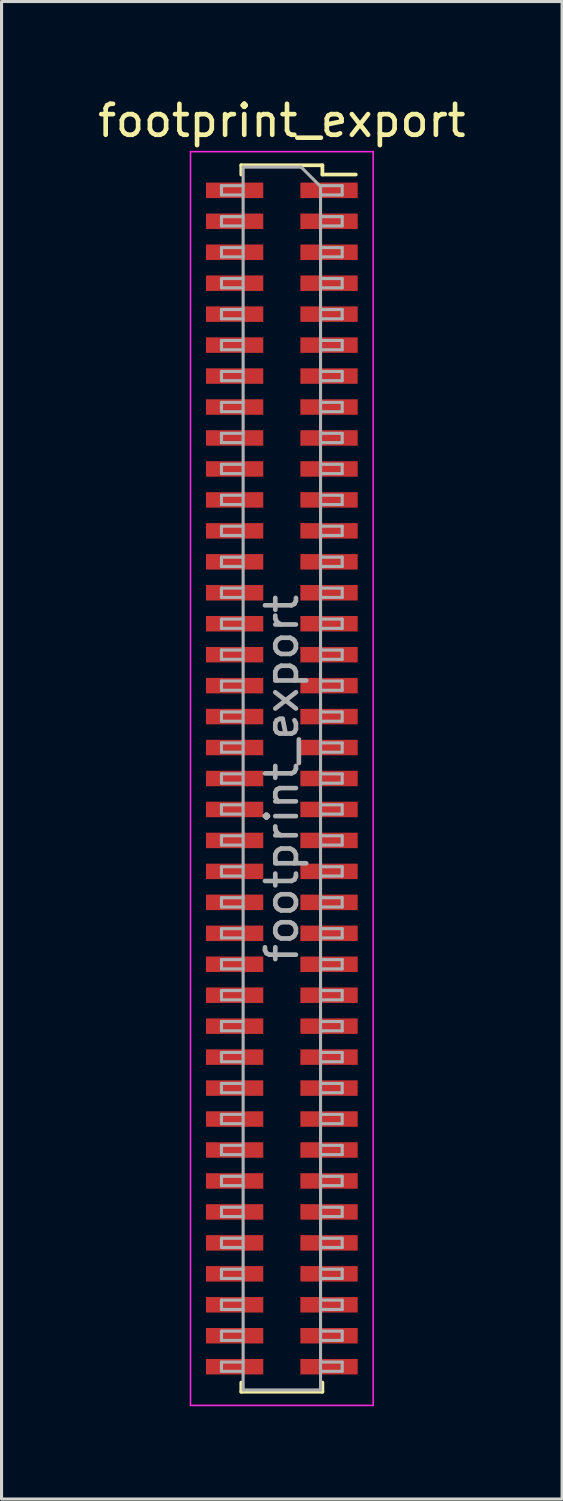
<source format=kicad_pcb>
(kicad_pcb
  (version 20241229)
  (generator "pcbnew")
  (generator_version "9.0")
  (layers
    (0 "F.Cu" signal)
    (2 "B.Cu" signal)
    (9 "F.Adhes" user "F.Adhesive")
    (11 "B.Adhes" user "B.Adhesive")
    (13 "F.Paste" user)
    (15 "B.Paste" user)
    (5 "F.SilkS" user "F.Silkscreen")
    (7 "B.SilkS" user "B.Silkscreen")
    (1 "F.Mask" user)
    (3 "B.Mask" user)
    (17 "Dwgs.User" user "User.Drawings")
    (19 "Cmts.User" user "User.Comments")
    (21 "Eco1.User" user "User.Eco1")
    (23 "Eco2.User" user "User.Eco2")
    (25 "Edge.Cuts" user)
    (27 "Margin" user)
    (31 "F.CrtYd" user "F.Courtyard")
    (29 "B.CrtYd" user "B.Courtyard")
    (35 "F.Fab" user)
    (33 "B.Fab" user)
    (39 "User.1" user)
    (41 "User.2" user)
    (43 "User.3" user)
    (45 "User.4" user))
  (footprint "footprint_export"
    (layer "F.Cu")
    (at 6.054 22.098)
    (property "Reference" "footprint_export" (at 0 -21.25 0) (layer "F.SilkS") (effects (font (size 1 1) (thickness 0.15))))
    (attr smd)
    (fp_line (start -1.31 -19.81) (end -1.31 -19.51) (stroke (width 0.12) (type solid)) (layer "F.SilkS"))
    (fp_line (start -1.31 -19.81) (end 1.31 -19.81) (stroke (width 0.12) (type solid)) (layer "F.SilkS"))
    (fp_line (start -1.31 19.51) (end -1.31 19.81) (stroke (width 0.12) (type solid)) (layer "F.SilkS"))
    (fp_line (start -1.31 19.81) (end 1.31 19.81) (stroke (width 0.12) (type solid)) (layer "F.SilkS"))
    (fp_line (start 1.31 -19.81) (end 1.31 -19.51) (stroke (width 0.12) (type solid)) (layer "F.SilkS"))
    (fp_line (start 1.31 -19.51) (end 2.39 -19.51) (stroke (width 0.12) (type solid)) (layer "F.SilkS"))
    (fp_line (start 1.31 19.51) (end 1.31 19.81) (stroke (width 0.12) (type solid)) (layer "F.SilkS"))
    (fp_line (start -2.95 -20.25) (end 2.95 -20.25) (stroke (width 0.05) (type solid)) (layer "F.CrtYd"))
    (fp_line (start -2.95 20.25) (end -2.95 -20.25) (stroke (width 0.05) (type solid)) (layer "F.CrtYd"))
    (fp_line (start 2.95 -20.25) (end 2.95 20.25) (stroke (width 0.05) (type solid)) (layer "F.CrtYd"))
    (fp_line (start 2.95 20.25) (end -2.95 20.25) (stroke (width 0.05) (type solid)) (layer "F.CrtYd"))
    (fp_line (start -1.95 -19.15) (end -1.25 -19.15) (stroke (width 0.1) (type solid)) (layer "F.Fab"))
    (fp_line (start -1.95 -18.85) (end -1.95 -19.15) (stroke (width 0.1) (type solid)) (layer "F.Fab"))
    (fp_line (start -1.95 -18.15) (end -1.25 -18.15) (stroke (width 0.1) (type solid)) (layer "F.Fab"))
    (fp_line (start -1.95 -17.85) (end -1.95 -18.15) (stroke (width 0.1) (type solid)) (layer "F.Fab"))
    (fp_line (start -1.95 -17.15) (end -1.25 -17.15) (stroke (width 0.1) (type solid)) (layer "F.Fab"))
    (fp_line (start -1.95 -16.85) (end -1.95 -17.15) (stroke (width 0.1) (type solid)) (layer "F.Fab"))
    (fp_line (start -1.95 -16.15) (end -1.25 -16.15) (stroke (width 0.1) (type solid)) (layer "F.Fab"))
    (fp_line (start -1.95 -15.85) (end -1.95 -16.15) (stroke (width 0.1) (type solid)) (layer "F.Fab"))
    (fp_line (start -1.95 -15.15) (end -1.25 -15.15) (stroke (width 0.1) (type solid)) (layer "F.Fab"))
    (fp_line (start -1.95 -14.85) (end -1.95 -15.15) (stroke (width 0.1) (type solid)) (layer "F.Fab"))
    (fp_line (start -1.95 -14.15) (end -1.25 -14.15) (stroke (width 0.1) (type solid)) (layer "F.Fab"))
    (fp_line (start -1.95 -13.85) (end -1.95 -14.15) (stroke (width 0.1) (type solid)) (layer "F.Fab"))
    (fp_line (start -1.95 -13.15) (end -1.25 -13.15) (stroke (width 0.1) (type solid)) (layer "F.Fab"))
    (fp_line (start -1.95 -12.85) (end -1.95 -13.15) (stroke (width 0.1) (type solid)) (layer "F.Fab"))
    (fp_line (start -1.95 -12.15) (end -1.25 -12.15) (stroke (width 0.1) (type solid)) (layer "F.Fab"))
    (fp_line (start -1.95 -11.85) (end -1.95 -12.15) (stroke (width 0.1) (type solid)) (layer "F.Fab"))
    (fp_line (start -1.95 -11.15) (end -1.25 -11.15) (stroke (width 0.1) (type solid)) (layer "F.Fab"))
    (fp_line (start -1.95 -10.85) (end -1.95 -11.15) (stroke (width 0.1) (type solid)) (layer "F.Fab"))
    (fp_line (start -1.95 -10.15) (end -1.25 -10.15) (stroke (width 0.1) (type solid)) (layer "F.Fab"))
    (fp_line (start -1.95 -9.85) (end -1.95 -10.15) (stroke (width 0.1) (type solid)) (layer "F.Fab"))
    (fp_line (start -1.95 -9.15) (end -1.25 -9.15) (stroke (width 0.1) (type solid)) (layer "F.Fab"))
    (fp_line (start -1.95 -8.85) (end -1.95 -9.15) (stroke (width 0.1) (type solid)) (layer "F.Fab"))
    (fp_line (start -1.95 -8.15) (end -1.25 -8.15) (stroke (width 0.1) (type solid)) (layer "F.Fab"))
    (fp_line (start -1.95 -7.85) (end -1.95 -8.15) (stroke (width 0.1) (type solid)) (layer "F.Fab"))
    (fp_line (start -1.95 -7.15) (end -1.25 -7.15) (stroke (width 0.1) (type solid)) (layer "F.Fab"))
    (fp_line (start -1.95 -6.85) (end -1.95 -7.15) (stroke (width 0.1) (type solid)) (layer "F.Fab"))
    (fp_line (start -1.95 -6.15) (end -1.25 -6.15) (stroke (width 0.1) (type solid)) (layer "F.Fab"))
    (fp_line (start -1.95 -5.85) (end -1.95 -6.15) (stroke (width 0.1) (type solid)) (layer "F.Fab"))
    (fp_line (start -1.95 -5.15) (end -1.25 -5.15) (stroke (width 0.1) (type solid)) (layer "F.Fab"))
    (fp_line (start -1.95 -4.85) (end -1.95 -5.15) (stroke (width 0.1) (type solid)) (layer "F.Fab"))
    (fp_line (start -1.95 -4.15) (end -1.25 -4.15) (stroke (width 0.1) (type solid)) (layer "F.Fab"))
    (fp_line (start -1.95 -3.85) (end -1.95 -4.15) (stroke (width 0.1) (type solid)) (layer "F.Fab"))
    (fp_line (start -1.95 -3.15) (end -1.25 -3.15) (stroke (width 0.1) (type solid)) (layer "F.Fab"))
    (fp_line (start -1.95 -2.85) (end -1.95 -3.15) (stroke (width 0.1) (type solid)) (layer "F.Fab"))
    (fp_line (start -1.95 -2.15) (end -1.25 -2.15) (stroke (width 0.1) (type solid)) (layer "F.Fab"))
    (fp_line (start -1.95 -1.85) (end -1.95 -2.15) (stroke (width 0.1) (type solid)) (layer "F.Fab"))
    (fp_line (start -1.95 -1.15) (end -1.25 -1.15) (stroke (width 0.1) (type solid)) (layer "F.Fab"))
    (fp_line (start -1.95 -0.85) (end -1.95 -1.15) (stroke (width 0.1) (type solid)) (layer "F.Fab"))
    (fp_line (start -1.95 -0.15) (end -1.25 -0.15) (stroke (width 0.1) (type solid)) (layer "F.Fab"))
    (fp_line (start -1.95 0.15) (end -1.95 -0.15) (stroke (width 0.1) (type solid)) (layer "F.Fab"))
    (fp_line (start -1.95 0.85) (end -1.25 0.85) (stroke (width 0.1) (type solid)) (layer "F.Fab"))
    (fp_line (start -1.95 1.15) (end -1.95 0.85) (stroke (width 0.1) (type solid)) (layer "F.Fab"))
    (fp_line (start -1.95 1.85) (end -1.25 1.85) (stroke (width 0.1) (type solid)) (layer "F.Fab"))
    (fp_line (start -1.95 2.15) (end -1.95 1.85) (stroke (width 0.1) (type solid)) (layer "F.Fab"))
    (fp_line (start -1.95 2.85) (end -1.25 2.85) (stroke (width 0.1) (type solid)) (layer "F.Fab"))
    (fp_line (start -1.95 3.15) (end -1.95 2.85) (stroke (width 0.1) (type solid)) (layer "F.Fab"))
    (fp_line (start -1.95 3.85) (end -1.25 3.85) (stroke (width 0.1) (type solid)) (layer "F.Fab"))
    (fp_line (start -1.95 4.15) (end -1.95 3.85) (stroke (width 0.1) (type solid)) (layer "F.Fab"))
    (fp_line (start -1.95 4.85) (end -1.25 4.85) (stroke (width 0.1) (type solid)) (layer "F.Fab"))
    (fp_line (start -1.95 5.15) (end -1.95 4.85) (stroke (width 0.1) (type solid)) (layer "F.Fab"))
    (fp_line (start -1.95 5.85) (end -1.25 5.85) (stroke (width 0.1) (type solid)) (layer "F.Fab"))
    (fp_line (start -1.95 6.15) (end -1.95 5.85) (stroke (width 0.1) (type solid)) (layer "F.Fab"))
    (fp_line (start -1.95 6.85) (end -1.25 6.85) (stroke (width 0.1) (type solid)) (layer "F.Fab"))
    (fp_line (start -1.95 7.15) (end -1.95 6.85) (stroke (width 0.1) (type solid)) (layer "F.Fab"))
    (fp_line (start -1.95 7.85) (end -1.25 7.85) (stroke (width 0.1) (type solid)) (layer "F.Fab"))
    (fp_line (start -1.95 8.15) (end -1.95 7.85) (stroke (width 0.1) (type solid)) (layer "F.Fab"))
    (fp_line (start -1.95 8.85) (end -1.25 8.85) (stroke (width 0.1) (type solid)) (layer "F.Fab"))
    (fp_line (start -1.95 9.15) (end -1.95 8.85) (stroke (width 0.1) (type solid)) (layer "F.Fab"))
    (fp_line (start -1.95 9.85) (end -1.25 9.85) (stroke (width 0.1) (type solid)) (layer "F.Fab"))
    (fp_line (start -1.95 10.15) (end -1.95 9.85) (stroke (width 0.1) (type solid)) (layer "F.Fab"))
    (fp_line (start -1.95 10.85) (end -1.25 10.85) (stroke (width 0.1) (type solid)) (layer "F.Fab"))
    (fp_line (start -1.95 11.15) (end -1.95 10.85) (stroke (width 0.1) (type solid)) (layer "F.Fab"))
    (fp_line (start -1.95 11.85) (end -1.25 11.85) (stroke (width 0.1) (type solid)) (layer "F.Fab"))
    (fp_line (start -1.95 12.15) (end -1.95 11.85) (stroke (width 0.1) (type solid)) (layer "F.Fab"))
    (fp_line (start -1.95 12.85) (end -1.25 12.85) (stroke (width 0.1) (type solid)) (layer "F.Fab"))
    (fp_line (start -1.95 13.15) (end -1.95 12.85) (stroke (width 0.1) (type solid)) (layer "F.Fab"))
    (fp_line (start -1.95 13.85) (end -1.25 13.85) (stroke (width 0.1) (type solid)) (layer "F.Fab"))
    (fp_line (start -1.95 14.15) (end -1.95 13.85) (stroke (width 0.1) (type solid)) (layer "F.Fab"))
    (fp_line (start -1.95 14.85) (end -1.25 14.85) (stroke (width 0.1) (type solid)) (layer "F.Fab"))
    (fp_line (start -1.95 15.15) (end -1.95 14.85) (stroke (width 0.1) (type solid)) (layer "F.Fab"))
    (fp_line (start -1.95 15.85) (end -1.25 15.85) (stroke (width 0.1) (type solid)) (layer "F.Fab"))
    (fp_line (start -1.95 16.15) (end -1.95 15.85) (stroke (width 0.1) (type solid)) (layer "F.Fab"))
    (fp_line (start -1.95 16.85) (end -1.25 16.85) (stroke (width 0.1) (type solid)) (layer "F.Fab"))
    (fp_line (start -1.95 17.15) (end -1.95 16.85) (stroke (width 0.1) (type solid)) (layer "F.Fab"))
    (fp_line (start -1.95 17.85) (end -1.25 17.85) (stroke (width 0.1) (type solid)) (layer "F.Fab"))
    (fp_line (start -1.95 18.15) (end -1.95 17.85) (stroke (width 0.1) (type solid)) (layer "F.Fab"))
    (fp_line (start -1.95 18.85) (end -1.25 18.85) (stroke (width 0.1) (type solid)) (layer "F.Fab"))
    (fp_line (start -1.95 19.15) (end -1.95 18.85) (stroke (width 0.1) (type solid)) (layer "F.Fab"))
    (fp_line (start -1.25 -19.75) (end 0.625 -19.75) (stroke (width 0.1) (type solid)) (layer "F.Fab"))
    (fp_line (start -1.25 -18.85) (end -1.95 -18.85) (stroke (width 0.1) (type solid)) (layer "F.Fab"))
    (fp_line (start -1.25 -17.85) (end -1.95 -17.85) (stroke (width 0.1) (type solid)) (layer "F.Fab"))
    (fp_line (start -1.25 -16.85) (end -1.95 -16.85) (stroke (width 0.1) (type solid)) (layer "F.Fab"))
    (fp_line (start -1.25 -15.85) (end -1.95 -15.85) (stroke (width 0.1) (type solid)) (layer "F.Fab"))
    (fp_line (start -1.25 -14.85) (end -1.95 -14.85) (stroke (width 0.1) (type solid)) (layer "F.Fab"))
    (fp_line (start -1.25 -13.85) (end -1.95 -13.85) (stroke (width 0.1) (type solid)) (layer "F.Fab"))
    (fp_line (start -1.25 -12.85) (end -1.95 -12.85) (stroke (width 0.1) (type solid)) (layer "F.Fab"))
    (fp_line (start -1.25 -11.85) (end -1.95 -11.85) (stroke (width 0.1) (type solid)) (layer "F.Fab"))
    (fp_line (start -1.25 -10.85) (end -1.95 -10.85) (stroke (width 0.1) (type solid)) (layer "F.Fab"))
    (fp_line (start -1.25 -9.85) (end -1.95 -9.85) (stroke (width 0.1) (type solid)) (layer "F.Fab"))
    (fp_line (start -1.25 -8.85) (end -1.95 -8.85) (stroke (width 0.1) (type solid)) (layer "F.Fab"))
    (fp_line (start -1.25 -7.85) (end -1.95 -7.85) (stroke (width 0.1) (type solid)) (layer "F.Fab"))
    (fp_line (start -1.25 -6.85) (end -1.95 -6.85) (stroke (width 0.1) (type solid)) (layer "F.Fab"))
    (fp_line (start -1.25 -5.85) (end -1.95 -5.85) (stroke (width 0.1) (type solid)) (layer "F.Fab"))
    (fp_line (start -1.25 -4.85) (end -1.95 -4.85) (stroke (width 0.1) (type solid)) (layer "F.Fab"))
    (fp_line (start -1.25 -3.85) (end -1.95 -3.85) (stroke (width 0.1) (type solid)) (layer "F.Fab"))
    (fp_line (start -1.25 -2.85) (end -1.95 -2.85) (stroke (width 0.1) (type solid)) (layer "F.Fab"))
    (fp_line (start -1.25 -1.85) (end -1.95 -1.85) (stroke (width 0.1) (type solid)) (layer "F.Fab"))
    (fp_line (start -1.25 -0.85) (end -1.95 -0.85) (stroke (width 0.1) (type solid)) (layer "F.Fab"))
    (fp_line (start -1.25 0.15) (end -1.95 0.15) (stroke (width 0.1) (type solid)) (layer "F.Fab"))
    (fp_line (start -1.25 1.15) (end -1.95 1.15) (stroke (width 0.1) (type solid)) (layer "F.Fab"))
    (fp_line (start -1.25 2.15) (end -1.95 2.15) (stroke (width 0.1) (type solid)) (layer "F.Fab"))
    (fp_line (start -1.25 3.15) (end -1.95 3.15) (stroke (width 0.1) (type solid)) (layer "F.Fab"))
    (fp_line (start -1.25 4.15) (end -1.95 4.15) (stroke (width 0.1) (type solid)) (layer "F.Fab"))
    (fp_line (start -1.25 5.15) (end -1.95 5.15) (stroke (width 0.1) (type solid)) (layer "F.Fab"))
    (fp_line (start -1.25 6.15) (end -1.95 6.15) (stroke (width 0.1) (type solid)) (layer "F.Fab"))
    (fp_line (start -1.25 7.15) (end -1.95 7.15) (stroke (width 0.1) (type solid)) (layer "F.Fab"))
    (fp_line (start -1.25 8.15) (end -1.95 8.15) (stroke (width 0.1) (type solid)) (layer "F.Fab"))
    (fp_line (start -1.25 9.15) (end -1.95 9.15) (stroke (width 0.1) (type solid)) (layer "F.Fab"))
    (fp_line (start -1.25 10.15) (end -1.95 10.15) (stroke (width 0.1) (type solid)) (layer "F.Fab"))
    (fp_line (start -1.25 11.15) (end -1.95 11.15) (stroke (width 0.1) (type solid)) (layer "F.Fab"))
    (fp_line (start -1.25 12.15) (end -1.95 12.15) (stroke (width 0.1) (type solid)) (layer "F.Fab"))
    (fp_line (start -1.25 13.15) (end -1.95 13.15) (stroke (width 0.1) (type solid)) (layer "F.Fab"))
    (fp_line (start -1.25 14.15) (end -1.95 14.15) (stroke (width 0.1) (type solid)) (layer "F.Fab"))
    (fp_line (start -1.25 15.15) (end -1.95 15.15) (stroke (width 0.1) (type solid)) (layer "F.Fab"))
    (fp_line (start -1.25 16.15) (end -1.95 16.15) (stroke (width 0.1) (type solid)) (layer "F.Fab"))
    (fp_line (start -1.25 17.15) (end -1.95 17.15) (stroke (width 0.1) (type solid)) (layer "F.Fab"))
    (fp_line (start -1.25 18.15) (end -1.95 18.15) (stroke (width 0.1) (type solid)) (layer "F.Fab"))
    (fp_line (start -1.25 19.15) (end -1.95 19.15) (stroke (width 0.1) (type solid)) (layer "F.Fab"))
    (fp_line (start -1.25 19.75) (end -1.25 -19.75) (stroke (width 0.1) (type solid)) (layer "F.Fab"))
    (fp_line (start 0.625 -19.75) (end 1.25 -19.125) (stroke (width 0.1) (type solid)) (layer "F.Fab"))
    (fp_line (start 1.25 -19.15) (end 1.95 -19.15) (stroke (width 0.1) (type solid)) (layer "F.Fab"))
    (fp_line (start 1.25 -19.125) (end 1.25 19.75) (stroke (width 0.1) (type solid)) (layer "F.Fab"))
    (fp_line (start 1.25 -18.15) (end 1.95 -18.15) (stroke (width 0.1) (type solid)) (layer "F.Fab"))
    (fp_line (start 1.25 -17.15) (end 1.95 -17.15) (stroke (width 0.1) (type solid)) (layer "F.Fab"))
    (fp_line (start 1.25 -16.15) (end 1.95 -16.15) (stroke (width 0.1) (type solid)) (layer "F.Fab"))
    (fp_line (start 1.25 -15.15) (end 1.95 -15.15) (stroke (width 0.1) (type solid)) (layer "F.Fab"))
    (fp_line (start 1.25 -14.15) (end 1.95 -14.15) (stroke (width 0.1) (type solid)) (layer "F.Fab"))
    (fp_line (start 1.25 -13.15) (end 1.95 -13.15) (stroke (width 0.1) (type solid)) (layer "F.Fab"))
    (fp_line (start 1.25 -12.15) (end 1.95 -12.15) (stroke (width 0.1) (type solid)) (layer "F.Fab"))
    (fp_line (start 1.25 -11.15) (end 1.95 -11.15) (stroke (width 0.1) (type solid)) (layer "F.Fab"))
    (fp_line (start 1.25 -10.15) (end 1.95 -10.15) (stroke (width 0.1) (type solid)) (layer "F.Fab"))
    (fp_line (start 1.25 -9.15) (end 1.95 -9.15) (stroke (width 0.1) (type solid)) (layer "F.Fab"))
    (fp_line (start 1.25 -8.15) (end 1.95 -8.15) (stroke (width 0.1) (type solid)) (layer "F.Fab"))
    (fp_line (start 1.25 -7.15) (end 1.95 -7.15) (stroke (width 0.1) (type solid)) (layer "F.Fab"))
    (fp_line (start 1.25 -6.15) (end 1.95 -6.15) (stroke (width 0.1) (type solid)) (layer "F.Fab"))
    (fp_line (start 1.25 -5.15) (end 1.95 -5.15) (stroke (width 0.1) (type solid)) (layer "F.Fab"))
    (fp_line (start 1.25 -4.15) (end 1.95 -4.15) (stroke (width 0.1) (type solid)) (layer "F.Fab"))
    (fp_line (start 1.25 -3.15) (end 1.95 -3.15) (stroke (width 0.1) (type solid)) (layer "F.Fab"))
    (fp_line (start 1.25 -2.15) (end 1.95 -2.15) (stroke (width 0.1) (type solid)) (layer "F.Fab"))
    (fp_line (start 1.25 -1.15) (end 1.95 -1.15) (stroke (width 0.1) (type solid)) (layer "F.Fab"))
    (fp_line (start 1.25 -0.15) (end 1.95 -0.15) (stroke (width 0.1) (type solid)) (layer "F.Fab"))
    (fp_line (start 1.25 0.85) (end 1.95 0.85) (stroke (width 0.1) (type solid)) (layer "F.Fab"))
    (fp_line (start 1.25 1.85) (end 1.95 1.85) (stroke (width 0.1) (type solid)) (layer "F.Fab"))
    (fp_line (start 1.25 2.85) (end 1.95 2.85) (stroke (width 0.1) (type solid)) (layer "F.Fab"))
    (fp_line (start 1.25 3.85) (end 1.95 3.85) (stroke (width 0.1) (type solid)) (layer "F.Fab"))
    (fp_line (start 1.25 4.85) (end 1.95 4.85) (stroke (width 0.1) (type solid)) (layer "F.Fab"))
    (fp_line (start 1.25 5.85) (end 1.95 5.85) (stroke (width 0.1) (type solid)) (layer "F.Fab"))
    (fp_line (start 1.25 6.85) (end 1.95 6.85) (stroke (width 0.1) (type solid)) (layer "F.Fab"))
    (fp_line (start 1.25 7.85) (end 1.95 7.85) (stroke (width 0.1) (type solid)) (layer "F.Fab"))
    (fp_line (start 1.25 8.85) (end 1.95 8.85) (stroke (width 0.1) (type solid)) (layer "F.Fab"))
    (fp_line (start 1.25 9.85) (end 1.95 9.85) (stroke (width 0.1) (type solid)) (layer "F.Fab"))
    (fp_line (start 1.25 10.85) (end 1.95 10.85) (stroke (width 0.1) (type solid)) (layer "F.Fab"))
    (fp_line (start 1.25 11.85) (end 1.95 11.85) (stroke (width 0.1) (type solid)) (layer "F.Fab"))
    (fp_line (start 1.25 12.85) (end 1.95 12.85) (stroke (width 0.1) (type solid)) (layer "F.Fab"))
    (fp_line (start 1.25 13.85) (end 1.95 13.85) (stroke (width 0.1) (type solid)) (layer "F.Fab"))
    (fp_line (start 1.25 14.85) (end 1.95 14.85) (stroke (width 0.1) (type solid)) (layer "F.Fab"))
    (fp_line (start 1.25 15.85) (end 1.95 15.85) (stroke (width 0.1) (type solid)) (layer "F.Fab"))
    (fp_line (start 1.25 16.85) (end 1.95 16.85) (stroke (width 0.1) (type solid)) (layer "F.Fab"))
    (fp_line (start 1.25 17.85) (end 1.95 17.85) (stroke (width 0.1) (type solid)) (layer "F.Fab"))
    (fp_line (start 1.25 18.85) (end 1.95 18.85) (stroke (width 0.1) (type solid)) (layer "F.Fab"))
    (fp_line (start 1.25 19.75) (end -1.25 19.75) (stroke (width 0.1) (type solid)) (layer "F.Fab"))
    (fp_line (start 1.95 -19.15) (end 1.95 -18.85) (stroke (width 0.1) (type solid)) (layer "F.Fab"))
    (fp_line (start 1.95 -18.85) (end 1.25 -18.85) (stroke (width 0.1) (type solid)) (layer "F.Fab"))
    (fp_line (start 1.95 -18.15) (end 1.95 -17.85) (stroke (width 0.1) (type solid)) (layer "F.Fab"))
    (fp_line (start 1.95 -17.85) (end 1.25 -17.85) (stroke (width 0.1) (type solid)) (layer "F.Fab"))
    (fp_line (start 1.95 -17.15) (end 1.95 -16.85) (stroke (width 0.1) (type solid)) (layer "F.Fab"))
    (fp_line (start 1.95 -16.85) (end 1.25 -16.85) (stroke (width 0.1) (type solid)) (layer "F.Fab"))
    (fp_line (start 1.95 -16.15) (end 1.95 -15.85) (stroke (width 0.1) (type solid)) (layer "F.Fab"))
    (fp_line (start 1.95 -15.85) (end 1.25 -15.85) (stroke (width 0.1) (type solid)) (layer "F.Fab"))
    (fp_line (start 1.95 -15.15) (end 1.95 -14.85) (stroke (width 0.1) (type solid)) (layer "F.Fab"))
    (fp_line (start 1.95 -14.85) (end 1.25 -14.85) (stroke (width 0.1) (type solid)) (layer "F.Fab"))
    (fp_line (start 1.95 -14.15) (end 1.95 -13.85) (stroke (width 0.1) (type solid)) (layer "F.Fab"))
    (fp_line (start 1.95 -13.85) (end 1.25 -13.85) (stroke (width 0.1) (type solid)) (layer "F.Fab"))
    (fp_line (start 1.95 -13.15) (end 1.95 -12.85) (stroke (width 0.1) (type solid)) (layer "F.Fab"))
    (fp_line (start 1.95 -12.85) (end 1.25 -12.85) (stroke (width 0.1) (type solid)) (layer "F.Fab"))
    (fp_line (start 1.95 -12.15) (end 1.95 -11.85) (stroke (width 0.1) (type solid)) (layer "F.Fab"))
    (fp_line (start 1.95 -11.85) (end 1.25 -11.85) (stroke (width 0.1) (type solid)) (layer "F.Fab"))
    (fp_line (start 1.95 -11.15) (end 1.95 -10.85) (stroke (width 0.1) (type solid)) (layer "F.Fab"))
    (fp_line (start 1.95 -10.85) (end 1.25 -10.85) (stroke (width 0.1) (type solid)) (layer "F.Fab"))
    (fp_line (start 1.95 -10.15) (end 1.95 -9.85) (stroke (width 0.1) (type solid)) (layer "F.Fab"))
    (fp_line (start 1.95 -9.85) (end 1.25 -9.85) (stroke (width 0.1) (type solid)) (layer "F.Fab"))
    (fp_line (start 1.95 -9.15) (end 1.95 -8.85) (stroke (width 0.1) (type solid)) (layer "F.Fab"))
    (fp_line (start 1.95 -8.85) (end 1.25 -8.85) (stroke (width 0.1) (type solid)) (layer "F.Fab"))
    (fp_line (start 1.95 -8.15) (end 1.95 -7.85) (stroke (width 0.1) (type solid)) (layer "F.Fab"))
    (fp_line (start 1.95 -7.85) (end 1.25 -7.85) (stroke (width 0.1) (type solid)) (layer "F.Fab"))
    (fp_line (start 1.95 -7.15) (end 1.95 -6.85) (stroke (width 0.1) (type solid)) (layer "F.Fab"))
    (fp_line (start 1.95 -6.85) (end 1.25 -6.85) (stroke (width 0.1) (type solid)) (layer "F.Fab"))
    (fp_line (start 1.95 -6.15) (end 1.95 -5.85) (stroke (width 0.1) (type solid)) (layer "F.Fab"))
    (fp_line (start 1.95 -5.85) (end 1.25 -5.85) (stroke (width 0.1) (type solid)) (layer "F.Fab"))
    (fp_line (start 1.95 -5.15) (end 1.95 -4.85) (stroke (width 0.1) (type solid)) (layer "F.Fab"))
    (fp_line (start 1.95 -4.85) (end 1.25 -4.85) (stroke (width 0.1) (type solid)) (layer "F.Fab"))
    (fp_line (start 1.95 -4.15) (end 1.95 -3.85) (stroke (width 0.1) (type solid)) (layer "F.Fab"))
    (fp_line (start 1.95 -3.85) (end 1.25 -3.85) (stroke (width 0.1) (type solid)) (layer "F.Fab"))
    (fp_line (start 1.95 -3.15) (end 1.95 -2.85) (stroke (width 0.1) (type solid)) (layer "F.Fab"))
    (fp_line (start 1.95 -2.85) (end 1.25 -2.85) (stroke (width 0.1) (type solid)) (layer "F.Fab"))
    (fp_line (start 1.95 -2.15) (end 1.95 -1.85) (stroke (width 0.1) (type solid)) (layer "F.Fab"))
    (fp_line (start 1.95 -1.85) (end 1.25 -1.85) (stroke (width 0.1) (type solid)) (layer "F.Fab"))
    (fp_line (start 1.95 -1.15) (end 1.95 -0.85) (stroke (width 0.1) (type solid)) (layer "F.Fab"))
    (fp_line (start 1.95 -0.85) (end 1.25 -0.85) (stroke (width 0.1) (type solid)) (layer "F.Fab"))
    (fp_line (start 1.95 -0.15) (end 1.95 0.15) (stroke (width 0.1) (type solid)) (layer "F.Fab"))
    (fp_line (start 1.95 0.15) (end 1.25 0.15) (stroke (width 0.1) (type solid)) (layer "F.Fab"))
    (fp_line (start 1.95 0.85) (end 1.95 1.15) (stroke (width 0.1) (type solid)) (layer "F.Fab"))
    (fp_line (start 1.95 1.15) (end 1.25 1.15) (stroke (width 0.1) (type solid)) (layer "F.Fab"))
    (fp_line (start 1.95 1.85) (end 1.95 2.15) (stroke (width 0.1) (type solid)) (layer "F.Fab"))
    (fp_line (start 1.95 2.15) (end 1.25 2.15) (stroke (width 0.1) (type solid)) (layer "F.Fab"))
    (fp_line (start 1.95 2.85) (end 1.95 3.15) (stroke (width 0.1) (type solid)) (layer "F.Fab"))
    (fp_line (start 1.95 3.15) (end 1.25 3.15) (stroke (width 0.1) (type solid)) (layer "F.Fab"))
    (fp_line (start 1.95 3.85) (end 1.95 4.15) (stroke (width 0.1) (type solid)) (layer "F.Fab"))
    (fp_line (start 1.95 4.15) (end 1.25 4.15) (stroke (width 0.1) (type solid)) (layer "F.Fab"))
    (fp_line (start 1.95 4.85) (end 1.95 5.15) (stroke (width 0.1) (type solid)) (layer "F.Fab"))
    (fp_line (start 1.95 5.15) (end 1.25 5.15) (stroke (width 0.1) (type solid)) (layer "F.Fab"))
    (fp_line (start 1.95 5.85) (end 1.95 6.15) (stroke (width 0.1) (type solid)) (layer "F.Fab"))
    (fp_line (start 1.95 6.15) (end 1.25 6.15) (stroke (width 0.1) (type solid)) (layer "F.Fab"))
    (fp_line (start 1.95 6.85) (end 1.95 7.15) (stroke (width 0.1) (type solid)) (layer "F.Fab"))
    (fp_line (start 1.95 7.15) (end 1.25 7.15) (stroke (width 0.1) (type solid)) (layer "F.Fab"))
    (fp_line (start 1.95 7.85) (end 1.95 8.15) (stroke (width 0.1) (type solid)) (layer "F.Fab"))
    (fp_line (start 1.95 8.15) (end 1.25 8.15) (stroke (width 0.1) (type solid)) (layer "F.Fab"))
    (fp_line (start 1.95 8.85) (end 1.95 9.15) (stroke (width 0.1) (type solid)) (layer "F.Fab"))
    (fp_line (start 1.95 9.15) (end 1.25 9.15) (stroke (width 0.1) (type solid)) (layer "F.Fab"))
    (fp_line (start 1.95 9.85) (end 1.95 10.15) (stroke (width 0.1) (type solid)) (layer "F.Fab"))
    (fp_line (start 1.95 10.15) (end 1.25 10.15) (stroke (width 0.1) (type solid)) (layer "F.Fab"))
    (fp_line (start 1.95 10.85) (end 1.95 11.15) (stroke (width 0.1) (type solid)) (layer "F.Fab"))
    (fp_line (start 1.95 11.15) (end 1.25 11.15) (stroke (width 0.1) (type solid)) (layer "F.Fab"))
    (fp_line (start 1.95 11.85) (end 1.95 12.15) (stroke (width 0.1) (type solid)) (layer "F.Fab"))
    (fp_line (start 1.95 12.15) (end 1.25 12.15) (stroke (width 0.1) (type solid)) (layer "F.Fab"))
    (fp_line (start 1.95 12.85) (end 1.95 13.15) (stroke (width 0.1) (type solid)) (layer "F.Fab"))
    (fp_line (start 1.95 13.15) (end 1.25 13.15) (stroke (width 0.1) (type solid)) (layer "F.Fab"))
    (fp_line (start 1.95 13.85) (end 1.95 14.15) (stroke (width 0.1) (type solid)) (layer "F.Fab"))
    (fp_line (start 1.95 14.15) (end 1.25 14.15) (stroke (width 0.1) (type solid)) (layer "F.Fab"))
    (fp_line (start 1.95 14.85) (end 1.95 15.15) (stroke (width 0.1) (type solid)) (layer "F.Fab"))
    (fp_line (start 1.95 15.15) (end 1.25 15.15) (stroke (width 0.1) (type solid)) (layer "F.Fab"))
    (fp_line (start 1.95 15.85) (end 1.95 16.15) (stroke (width 0.1) (type solid)) (layer "F.Fab"))
    (fp_line (start 1.95 16.15) (end 1.25 16.15) (stroke (width 0.1) (type solid)) (layer "F.Fab"))
    (fp_line (start 1.95 16.85) (end 1.95 17.15) (stroke (width 0.1) (type solid)) (layer "F.Fab"))
    (fp_line (start 1.95 17.15) (end 1.25 17.15) (stroke (width 0.1) (type solid)) (layer "F.Fab"))
    (fp_line (start 1.95 17.85) (end 1.95 18.15) (stroke (width 0.1) (type solid)) (layer "F.Fab"))
    (fp_line (start 1.95 18.15) (end 1.25 18.15) (stroke (width 0.1) (type solid)) (layer "F.Fab"))
    (fp_line (start 1.95 18.85) (end 1.95 19.15) (stroke (width 0.1) (type solid)) (layer "F.Fab"))
    (fp_line (start 1.95 19.15) (end 1.25 19.15) (stroke (width 0.1) (type solid)) (layer "F.Fab"))
    (fp_text user "${REFERENCE}" (at 0 0 90) (layer "F.Fab") (effects (font (size 1 1) (thickness 0.15))))
    (pad "1" smd rect (at 1.525 -19) (size 1.85 0.5) (layers "F.Cu" "F.Mask" "F.Paste"))
    (pad "2" smd rect (at -1.525 -19) (size 1.85 0.5) (layers "F.Cu" "F.Mask" "F.Paste"))
    (pad "3" smd rect (at 1.525 -18) (size 1.85 0.5) (layers "F.Cu" "F.Mask" "F.Paste"))
    (pad "4" smd rect (at -1.525 -18) (size 1.85 0.5) (layers "F.Cu" "F.Mask" "F.Paste"))
    (pad "5" smd rect (at 1.525 -17) (size 1.85 0.5) (layers "F.Cu" "F.Mask" "F.Paste"))
    (pad "6" smd rect (at -1.525 -17) (size 1.85 0.5) (layers "F.Cu" "F.Mask" "F.Paste"))
    (pad "7" smd rect (at 1.525 -16) (size 1.85 0.5) (layers "F.Cu" "F.Mask" "F.Paste"))
    (pad "8" smd rect (at -1.525 -16) (size 1.85 0.5) (layers "F.Cu" "F.Mask" "F.Paste"))
    (pad "9" smd rect (at 1.525 -15) (size 1.85 0.5) (layers "F.Cu" "F.Mask" "F.Paste"))
    (pad "10" smd rect (at -1.525 -15) (size 1.85 0.5) (layers "F.Cu" "F.Mask" "F.Paste"))
    (pad "11" smd rect (at 1.525 -14) (size 1.85 0.5) (layers "F.Cu" "F.Mask" "F.Paste"))
    (pad "12" smd rect (at -1.525 -14) (size 1.85 0.5) (layers "F.Cu" "F.Mask" "F.Paste"))
    (pad "13" smd rect (at 1.525 -13) (size 1.85 0.5) (layers "F.Cu" "F.Mask" "F.Paste"))
    (pad "14" smd rect (at -1.525 -13) (size 1.85 0.5) (layers "F.Cu" "F.Mask" "F.Paste"))
    (pad "15" smd rect (at 1.525 -12) (size 1.85 0.5) (layers "F.Cu" "F.Mask" "F.Paste"))
    (pad "16" smd rect (at -1.525 -12) (size 1.85 0.5) (layers "F.Cu" "F.Mask" "F.Paste"))
    (pad "17" smd rect (at 1.525 -11) (size 1.85 0.5) (layers "F.Cu" "F.Mask" "F.Paste"))
    (pad "18" smd rect (at -1.525 -11) (size 1.85 0.5) (layers "F.Cu" "F.Mask" "F.Paste"))
    (pad "19" smd rect (at 1.525 -10) (size 1.85 0.5) (layers "F.Cu" "F.Mask" "F.Paste"))
    (pad "20" smd rect (at -1.525 -10) (size 1.85 0.5) (layers "F.Cu" "F.Mask" "F.Paste"))
    (pad "21" smd rect (at 1.525 -9) (size 1.85 0.5) (layers "F.Cu" "F.Mask" "F.Paste"))
    (pad "22" smd rect (at -1.525 -9) (size 1.85 0.5) (layers "F.Cu" "F.Mask" "F.Paste"))
    (pad "23" smd rect (at 1.525 -8) (size 1.85 0.5) (layers "F.Cu" "F.Mask" "F.Paste"))
    (pad "24" smd rect (at -1.525 -8) (size 1.85 0.5) (layers "F.Cu" "F.Mask" "F.Paste"))
    (pad "25" smd rect (at 1.525 -7) (size 1.85 0.5) (layers "F.Cu" "F.Mask" "F.Paste"))
    (pad "26" smd rect (at -1.525 -7) (size 1.85 0.5) (layers "F.Cu" "F.Mask" "F.Paste"))
    (pad "27" smd rect (at 1.525 -6) (size 1.85 0.5) (layers "F.Cu" "F.Mask" "F.Paste"))
    (pad "28" smd rect (at -1.525 -6) (size 1.85 0.5) (layers "F.Cu" "F.Mask" "F.Paste"))
    (pad "29" smd rect (at 1.525 -5) (size 1.85 0.5) (layers "F.Cu" "F.Mask" "F.Paste"))
    (pad "30" smd rect (at -1.525 -5) (size 1.85 0.5) (layers "F.Cu" "F.Mask" "F.Paste"))
    (pad "31" smd rect (at 1.525 -4) (size 1.85 0.5) (layers "F.Cu" "F.Mask" "F.Paste"))
    (pad "32" smd rect (at -1.525 -4) (size 1.85 0.5) (layers "F.Cu" "F.Mask" "F.Paste"))
    (pad "33" smd rect (at 1.525 -3) (size 1.85 0.5) (layers "F.Cu" "F.Mask" "F.Paste"))
    (pad "34" smd rect (at -1.525 -3) (size 1.85 0.5) (layers "F.Cu" "F.Mask" "F.Paste"))
    (pad "35" smd rect (at 1.525 -2) (size 1.85 0.5) (layers "F.Cu" "F.Mask" "F.Paste"))
    (pad "36" smd rect (at -1.525 -2) (size 1.85 0.5) (layers "F.Cu" "F.Mask" "F.Paste"))
    (pad "37" smd rect (at 1.525 -1) (size 1.85 0.5) (layers "F.Cu" "F.Mask" "F.Paste"))
    (pad "38" smd rect (at -1.525 -1) (size 1.85 0.5) (layers "F.Cu" "F.Mask" "F.Paste"))
    (pad "39" smd rect (at 1.525 0) (size 1.85 0.5) (layers "F.Cu" "F.Mask" "F.Paste"))
    (pad "40" smd rect (at -1.525 0) (size 1.85 0.5) (layers "F.Cu" "F.Mask" "F.Paste"))
    (pad "41" smd rect (at 1.525 1) (size 1.85 0.5) (layers "F.Cu" "F.Mask" "F.Paste"))
    (pad "42" smd rect (at -1.525 1) (size 1.85 0.5) (layers "F.Cu" "F.Mask" "F.Paste"))
    (pad "43" smd rect (at 1.525 2) (size 1.85 0.5) (layers "F.Cu" "F.Mask" "F.Paste"))
    (pad "44" smd rect (at -1.525 2) (size 1.85 0.5) (layers "F.Cu" "F.Mask" "F.Paste"))
    (pad "45" smd rect (at 1.525 3) (size 1.85 0.5) (layers "F.Cu" "F.Mask" "F.Paste"))
    (pad "46" smd rect (at -1.525 3) (size 1.85 0.5) (layers "F.Cu" "F.Mask" "F.Paste"))
    (pad "47" smd rect (at 1.525 4) (size 1.85 0.5) (layers "F.Cu" "F.Mask" "F.Paste"))
    (pad "48" smd rect (at -1.525 4) (size 1.85 0.5) (layers "F.Cu" "F.Mask" "F.Paste"))
    (pad "49" smd rect (at 1.525 5) (size 1.85 0.5) (layers "F.Cu" "F.Mask" "F.Paste"))
    (pad "50" smd rect (at -1.525 5) (size 1.85 0.5) (layers "F.Cu" "F.Mask" "F.Paste"))
    (pad "51" smd rect (at 1.525 6) (size 1.85 0.5) (layers "F.Cu" "F.Mask" "F.Paste"))
    (pad "52" smd rect (at -1.525 6) (size 1.85 0.5) (layers "F.Cu" "F.Mask" "F.Paste"))
    (pad "53" smd rect (at 1.525 7) (size 1.85 0.5) (layers "F.Cu" "F.Mask" "F.Paste"))
    (pad "54" smd rect (at -1.525 7) (size 1.85 0.5) (layers "F.Cu" "F.Mask" "F.Paste"))
    (pad "55" smd rect (at 1.525 8) (size 1.85 0.5) (layers "F.Cu" "F.Mask" "F.Paste"))
    (pad "56" smd rect (at -1.525 8) (size 1.85 0.5) (layers "F.Cu" "F.Mask" "F.Paste"))
    (pad "57" smd rect (at 1.525 9) (size 1.85 0.5) (layers "F.Cu" "F.Mask" "F.Paste"))
    (pad "58" smd rect (at -1.525 9) (size 1.85 0.5) (layers "F.Cu" "F.Mask" "F.Paste"))
    (pad "59" smd rect (at 1.525 10) (size 1.85 0.5) (layers "F.Cu" "F.Mask" "F.Paste"))
    (pad "60" smd rect (at -1.525 10) (size 1.85 0.5) (layers "F.Cu" "F.Mask" "F.Paste"))
    (pad "61" smd rect (at 1.525 11) (size 1.85 0.5) (layers "F.Cu" "F.Mask" "F.Paste"))
    (pad "62" smd rect (at -1.525 11) (size 1.85 0.5) (layers "F.Cu" "F.Mask" "F.Paste"))
    (pad "63" smd rect (at 1.525 12) (size 1.85 0.5) (layers "F.Cu" "F.Mask" "F.Paste"))
    (pad "64" smd rect (at -1.525 12) (size 1.85 0.5) (layers "F.Cu" "F.Mask" "F.Paste"))
    (pad "65" smd rect (at 1.525 13) (size 1.85 0.5) (layers "F.Cu" "F.Mask" "F.Paste"))
    (pad "66" smd rect (at -1.525 13) (size 1.85 0.5) (layers "F.Cu" "F.Mask" "F.Paste"))
    (pad "67" smd rect (at 1.525 14) (size 1.85 0.5) (layers "F.Cu" "F.Mask" "F.Paste"))
    (pad "68" smd rect (at -1.525 14) (size 1.85 0.5) (layers "F.Cu" "F.Mask" "F.Paste"))
    (pad "69" smd rect (at 1.525 15) (size 1.85 0.5) (layers "F.Cu" "F.Mask" "F.Paste"))
    (pad "70" smd rect (at -1.525 15) (size 1.85 0.5) (layers "F.Cu" "F.Mask" "F.Paste"))
    (pad "71" smd rect (at 1.525 16) (size 1.85 0.5) (layers "F.Cu" "F.Mask" "F.Paste"))
    (pad "72" smd rect (at -1.525 16) (size 1.85 0.5) (layers "F.Cu" "F.Mask" "F.Paste"))
    (pad "73" smd rect (at 1.525 17) (size 1.85 0.5) (layers "F.Cu" "F.Mask" "F.Paste"))
    (pad "74" smd rect (at -1.525 17) (size 1.85 0.5) (layers "F.Cu" "F.Mask" "F.Paste"))
    (pad "75" smd rect (at 1.525 18) (size 1.85 0.5) (layers "F.Cu" "F.Mask" "F.Paste"))
    (pad "76" smd rect (at -1.525 18) (size 1.85 0.5) (layers "F.Cu" "F.Mask" "F.Paste"))
    (pad "77" smd rect (at 1.525 19) (size 1.85 0.5) (layers "F.Cu" "F.Mask" "F.Paste"))
    (pad "78" smd rect (at -1.525 19) (size 1.85 0.5) (layers "F.Cu" "F.Mask" "F.Paste")))
  (gr_rect
    (start -3 -3)
    (end 15.107 45.373)
    (stroke (width 0.1) (type default))
    (fill no)
    (layer "Edge.Cuts")))
</source>
